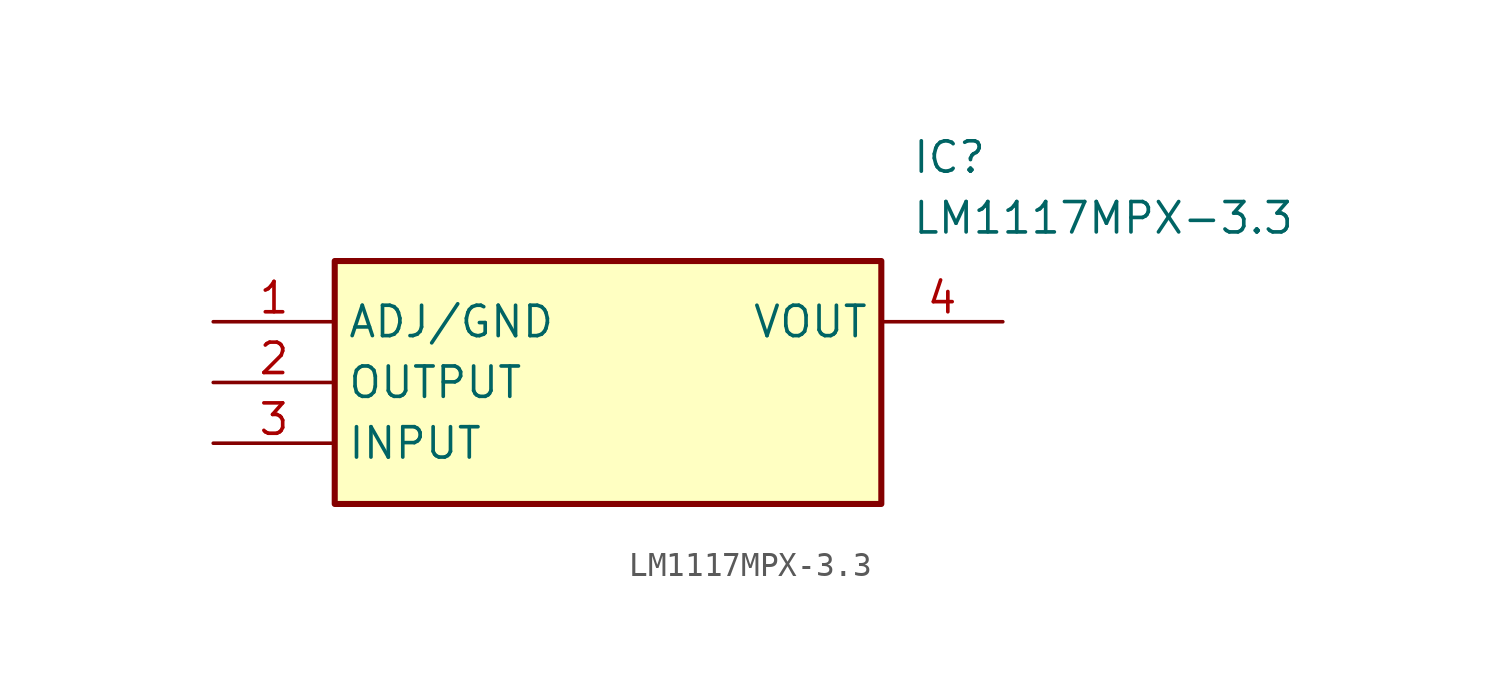
<source format=kicad_sym>
(kicad_symbol_lib
  (version 20211014)
  (generator SamacSys_ECAD_Model)
  (symbol "LM1117MPX-3.3"
    (property "Reference" "IC"
      (at 29.21 7.62 0)
      (effects (font (size 1.27 1.27)) (justify left top)))
    (property "Value" "LM1117MPX-3.3"
      (at 29.21 5.08 0)
      (effects (font (size 1.27 1.27)) (justify left top)))
    (rectangle
      (start 5.08 2.54)
      (end 27.94 -7.62)
      (stroke (width 0.254) (type default))
      (fill (type background)))
    (pin passive line
      (at 0 0 0)
      (length 5.08)
      (name "ADJ/GND" (effects (font (size 1.27 1.27))))
      (number "1" (effects (font (size 1.27 1.27)))))
    (pin passive line
      (at 0 -2.54 0)
      (length 5.08)
      (name "OUTPUT" (effects (font (size 1.27 1.27))))
      (number "2" (effects (font (size 1.27 1.27)))))
    (pin passive line
      (at 0 -5.08 0)
      (length 5.08)
      (name "INPUT" (effects (font (size 1.27 1.27))))
      (number "3" (effects (font (size 1.27 1.27)))))
    (pin passive line
      (at 33.02 0 180)
      (length 5.08)
      (name "VOUT" (effects (font (size 1.27 1.27))))
      (number "4" (effects (font (size 1.27 1.27)))))))
</source>
